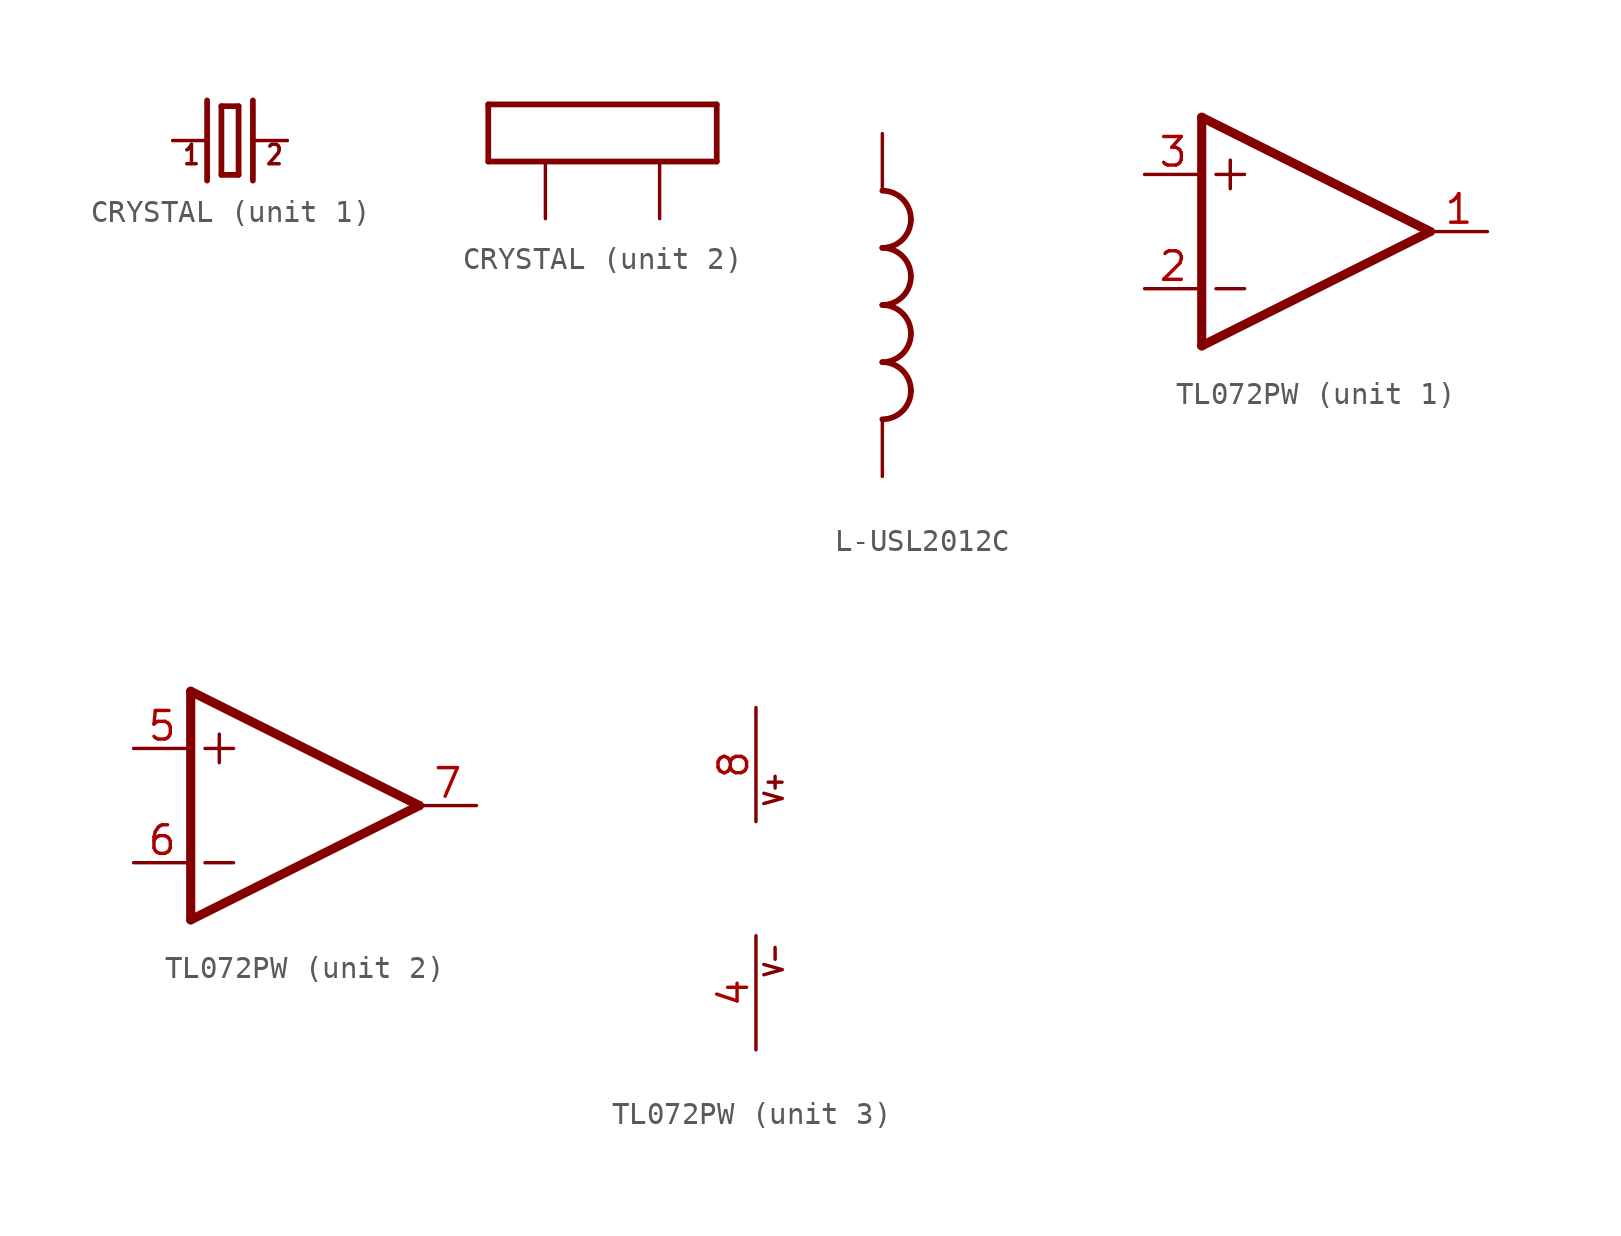
<source format=kicad_sym>
(kicad_symbol_lib
  (version 20231120)
  (generator "kicad_symbol_editor")
  (generator_version "8.0")
  (symbol "CRYSTAL"
    (property "Reference" "Q"
      (at 2.54 1.016 0)
      (effects (font (size 1.778 1.511)) (justify left bottom) (hide yes)))
    (property "ki_locked" ""
      (at 0 0 0)
      (effects (font (size 1.27 1.27))))
    (symbol "CRYSTAL_1_0"
      (polyline (pts (xy -2.54 0) (xy -1.016 0)) (stroke (width 0.152) (type solid)) (fill (type none)))
      (polyline (pts (xy -1.016 1.778) (xy -1.016 -1.778)) (stroke (width 0.254) (type solid)) (fill (type none)))
      (polyline (pts (xy -0.381 -1.524) (xy 0.381 -1.524)) (stroke (width 0.254) (type solid)) (fill (type none)))
      (polyline (pts (xy -0.381 1.524) (xy -0.381 -1.524)) (stroke (width 0.254) (type solid)) (fill (type none)))
      (polyline (pts (xy 0.381 -1.524) (xy 0.381 1.524)) (stroke (width 0.254) (type solid)) (fill (type none)))
      (polyline (pts (xy 0.381 1.524) (xy -0.381 1.524)) (stroke (width 0.254) (type solid)) (fill (type none)))
      (polyline (pts (xy 1.016 0) (xy 2.54 0)) (stroke (width 0.152) (type solid)) (fill (type none)))
      (polyline (pts (xy 1.016 1.778) (xy 1.016 -1.778)) (stroke (width 0.254) (type solid)) (fill (type none)))
      (text "1" (at -2.159 -1.143 0) (effects (font (size 0.864 0.734)) (justify left bottom)))
      (text "2" (at 1.524 -1.143 0) (effects (font (size 0.864 0.734)) (justify left bottom)))
      (pin passive line (at -2.54 0 0) (length 0) (name "1" (effects (font (size 0 0)))) (number "1" (effects (font (size 0 0)))))
      (pin passive line (at 2.54 0 180) (length 0) (name "2" (effects (font (size 0 0)))) (number "3" (effects (font (size 0 0))))))
    (symbol "CRYSTAL_2_0"
      (polyline (pts (xy -2.54 0) (xy 7.62 0)) (stroke (width 0.254) (type solid)) (fill (type none)))
      (polyline (pts (xy -2.54 2.54) (xy -2.54 0)) (stroke (width 0.254) (type solid)) (fill (type none)))
      (polyline (pts (xy 7.62 0) (xy 7.62 2.54)) (stroke (width 0.254) (type solid)) (fill (type none)))
      (polyline (pts (xy 7.62 2.54) (xy -2.54 2.54)) (stroke (width 0.254) (type solid)) (fill (type none)))
      (pin power_in line (at 0 -2.54 90) (length 2.54) (name "LID1" (effects (font (size 0 0)))) (number "2" (effects (font (size 0 0)))))
      (pin power_in line (at 5.08 -2.54 90) (length 2.54) (name "LID2" (effects (font (size 0 0)))) (number "4" (effects (font (size 0 0)))))))
  (symbol "L-USL2012C"
    (property "Reference" ""
      (at -1.27 -5.08 90)
      (effects (font (size 1.778 1.511)) (justify left bottom) (hide yes)))
    (property "Value" ""
      (at 3.81 -5.08 90)
      (effects (font (size 1.778 1.511)) (justify left bottom)))
    (property "ki_locked" ""
      (at 0 0 0)
      (effects (font (size 1.27 1.27))))
    (symbol "L-USL2012C_1_0"
      (arc (start 0 -5.08) (mid 0.898 -4.708) (end 1.27 -3.81) (stroke (width 0.254) (type solid)) (fill (type none)))
      (arc (start 0 -2.54) (mid 0.898 -2.168) (end 1.27 -1.27) (stroke (width 0.254) (type solid)) (fill (type none)))
      (arc (start 0 0) (mid 0.898 0.372) (end 1.27 1.27) (stroke (width 0.254) (type solid)) (fill (type none)))
      (arc (start 0 2.54) (mid 0.898 2.912) (end 1.27 3.81) (stroke (width 0.254) (type solid)) (fill (type none)))
      (arc (start 1.27 -3.81) (mid 0.898 -2.912) (end 0 -2.54) (stroke (width 0.254) (type solid)) (fill (type none)))
      (arc (start 1.27 -1.27) (mid 0.898 -0.372) (end 0 0) (stroke (width 0.254) (type solid)) (fill (type none)))
      (arc (start 1.27 1.27) (mid 0.898 2.168) (end 0 2.54) (stroke (width 0.254) (type solid)) (fill (type none)))
      (arc (start 1.27 3.81) (mid 0.898 4.708) (end 0 5.08) (stroke (width 0.254) (type solid)) (fill (type none)))
      (pin passive line (at 0 7.62 270) (length 2.54) (name "1" (effects (font (size 0 0)))) (number "1" (effects (font (size 0 0)))))
      (pin passive line (at 0 -7.62 90) (length 2.54) (name "2" (effects (font (size 0 0)))) (number "2" (effects (font (size 0 0)))))))
  (symbol "TL072PW"
    (property "Reference" "IC"
      (at 2.54 3.175 0)
      (effects (font (size 1.778 1.511)) (justify left bottom) (hide yes)))
    (property "ki_locked" ""
      (at 0 0 0)
      (effects (font (size 1.27 1.27))))
    (symbol "TL072PW_1_0"
      (polyline (pts (xy -5.08 -5.08) (xy 5.08 0)) (stroke (width 0.406) (type solid)) (fill (type none)))
      (polyline (pts (xy -5.08 5.08) (xy -5.08 -5.08)) (stroke (width 0.406) (type solid)) (fill (type none)))
      (polyline (pts (xy -4.445 -2.54) (xy -3.175 -2.54)) (stroke (width 0.152) (type solid)) (fill (type none)))
      (polyline (pts (xy -4.445 2.54) (xy -3.175 2.54)) (stroke (width 0.152) (type solid)) (fill (type none)))
      (polyline (pts (xy -3.81 3.175) (xy -3.81 1.905)) (stroke (width 0.152) (type solid)) (fill (type none)))
      (polyline (pts (xy 5.08 0) (xy -5.08 5.08)) (stroke (width 0.406) (type solid)) (fill (type none)))
      (pin output line (at 7.62 0 180) (length 2.54) (name "OUT" (effects (font (size 0 0)))) (number "1" (effects (font (size 1.27 1.27)))))
      (pin input line (at -7.62 -2.54 0) (length 2.54) (name "-IN" (effects (font (size 0 0)))) (number "2" (effects (font (size 1.27 1.27)))))
      (pin input line (at -7.62 2.54 0) (length 2.54) (name "+IN" (effects (font (size 0 0)))) (number "3" (effects (font (size 1.27 1.27))))))
    (symbol "TL072PW_2_0"
      (polyline (pts (xy -5.08 -5.08) (xy 5.08 0)) (stroke (width 0.406) (type solid)) (fill (type none)))
      (polyline (pts (xy -5.08 5.08) (xy -5.08 -5.08)) (stroke (width 0.406) (type solid)) (fill (type none)))
      (polyline (pts (xy -4.445 -2.54) (xy -3.175 -2.54)) (stroke (width 0.152) (type solid)) (fill (type none)))
      (polyline (pts (xy -4.445 2.54) (xy -3.175 2.54)) (stroke (width 0.152) (type solid)) (fill (type none)))
      (polyline (pts (xy -3.81 3.175) (xy -3.81 1.905)) (stroke (width 0.152) (type solid)) (fill (type none)))
      (polyline (pts (xy 5.08 0) (xy -5.08 5.08)) (stroke (width 0.406) (type solid)) (fill (type none)))
      (pin input line (at -7.62 2.54 0) (length 2.54) (name "+IN" (effects (font (size 0 0)))) (number "5" (effects (font (size 1.27 1.27)))))
      (pin input line (at -7.62 -2.54 0) (length 2.54) (name "-IN" (effects (font (size 0 0)))) (number "6" (effects (font (size 1.27 1.27)))))
      (pin output line (at 7.62 0 180) (length 2.54) (name "OUT" (effects (font (size 0 0)))) (number "7" (effects (font (size 1.27 1.27))))))
    (symbol "TL072PW_3_0"
      (text "V+" (at 1.27 3.175 900) (effects (font (size 0.813 0.691)) (justify left bottom)))
      (text "V-" (at 1.27 -4.445 900) (effects (font (size 0.813 0.691)) (justify left bottom)))
      (pin power_in line (at 0 -7.62 90) (length 5.08) (name "V-" (effects (font (size 0 0)))) (number "4" (effects (font (size 1.27 1.27)))))
      (pin power_in line (at 0 7.62 270) (length 5.08) (name "V+" (effects (font (size 0 0)))) (number "8" (effects (font (size 1.27 1.27))))))))
</source>
